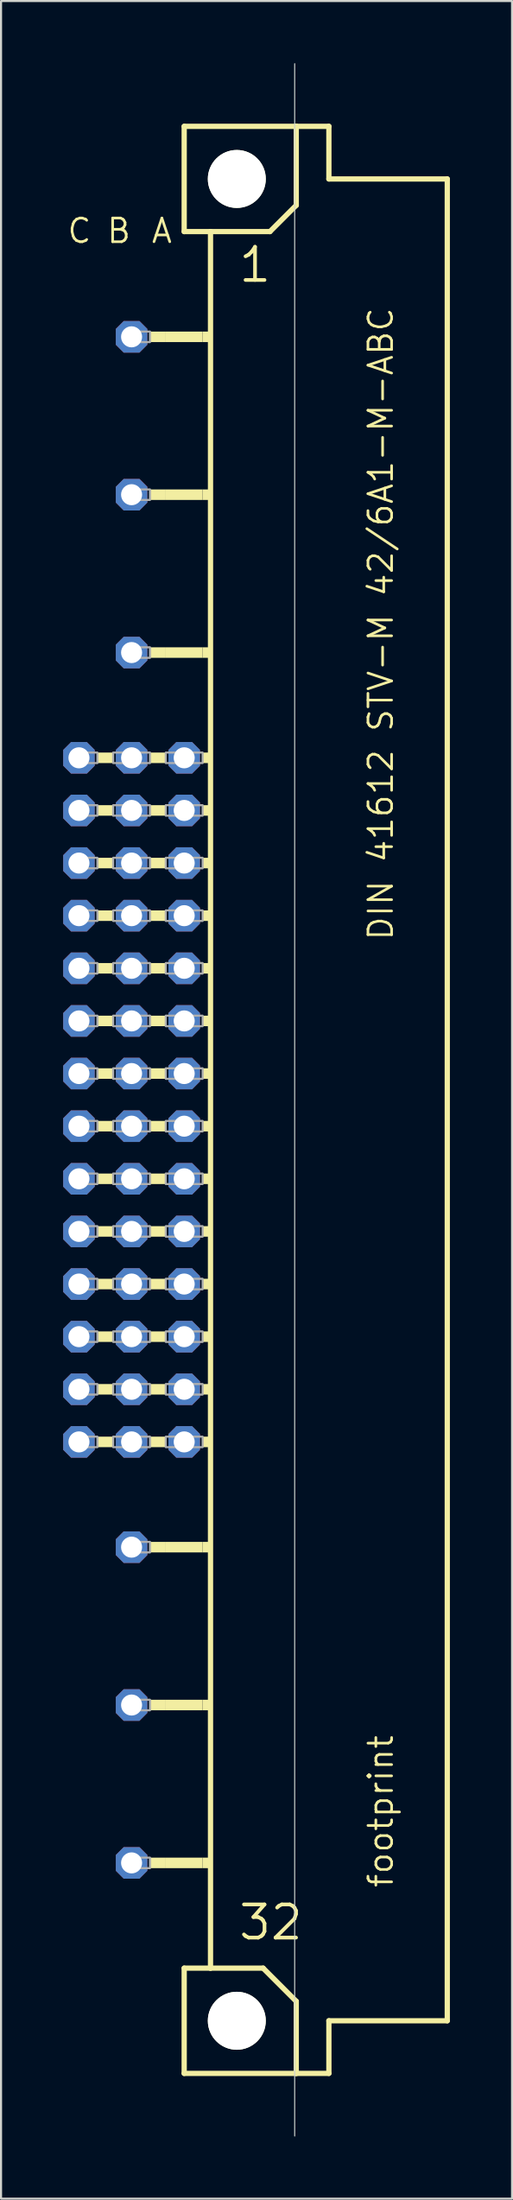
<source format=kicad_pcb>
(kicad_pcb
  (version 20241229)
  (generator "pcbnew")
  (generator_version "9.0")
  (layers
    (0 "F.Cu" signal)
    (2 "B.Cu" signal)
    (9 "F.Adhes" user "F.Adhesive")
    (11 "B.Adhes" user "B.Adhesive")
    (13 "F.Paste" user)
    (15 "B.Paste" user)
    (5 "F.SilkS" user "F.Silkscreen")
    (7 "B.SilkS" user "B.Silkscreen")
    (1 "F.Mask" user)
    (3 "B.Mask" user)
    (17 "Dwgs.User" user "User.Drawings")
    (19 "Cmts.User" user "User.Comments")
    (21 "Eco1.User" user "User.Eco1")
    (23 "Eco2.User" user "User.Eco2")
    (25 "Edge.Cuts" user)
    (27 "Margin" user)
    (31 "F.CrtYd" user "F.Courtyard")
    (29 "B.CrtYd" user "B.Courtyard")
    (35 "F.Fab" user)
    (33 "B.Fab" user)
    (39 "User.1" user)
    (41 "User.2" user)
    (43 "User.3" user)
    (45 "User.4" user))
  (footprint "footprint"
    (layer "F.Cu")
    (at 8.382 50.038)
    (property "Reference" "footprint" (at 7.62 38.1 90) (layer "F.SilkS") (effects (font (size 1.143 1.143) (thickness 0.127)) (justify left bottom)))
    (fp_line (start -2.54 -46.99) (end -2.54 -41.91) (stroke (width 0.254) (type solid)) (layer "F.SilkS"))
    (fp_line (start -2.54 -41.91) (end -1.27 -41.91) (stroke (width 0.254) (type solid)) (layer "F.SilkS"))
    (fp_line (start -2.54 41.91) (end -2.54 46.99) (stroke (width 0.254) (type solid)) (layer "F.SilkS"))
    (fp_line (start -2.54 41.91) (end -1.27 41.91) (stroke (width 0.254) (type solid)) (layer "F.SilkS"))
    (fp_line (start -2.54 46.99) (end 2.87 46.99) (stroke (width 0.254) (type solid)) (layer "F.SilkS"))
    (fp_line (start -1.27 -41.91) (end -1.27 41.91) (stroke (width 0.254) (type solid)) (layer "F.SilkS"))
    (fp_line (start -1.27 -41.91) (end 1.6 -41.91) (stroke (width 0.254) (type solid)) (layer "F.SilkS"))
    (fp_line (start -1.27 41.91) (end 1.27 41.91) (stroke (width 0.254) (type solid)) (layer "F.SilkS"))
    (fp_line (start 1.6 -41.91) (end 2.87 -43.18) (stroke (width 0.254) (type solid)) (layer "F.SilkS"))
    (fp_line (start 2.87 -46.99) (end -2.54 -46.99) (stroke (width 0.254) (type solid)) (layer "F.SilkS"))
    (fp_line (start 2.87 -43.18) (end 2.87 -46.99) (stroke (width 0.254) (type solid)) (layer "F.SilkS"))
    (fp_line (start 2.87 43.51) (end 1.27 41.91) (stroke (width 0.254) (type solid)) (layer "F.SilkS"))
    (fp_line (start 2.87 43.51) (end 2.87 46.99) (stroke (width 0.254) (type solid)) (layer "F.SilkS"))
    (fp_line (start 2.87 46.99) (end 4.445 46.99) (stroke (width 0.254) (type solid)) (layer "F.SilkS"))
    (fp_line (start 4.445 -46.99) (end 2.87 -46.99) (stroke (width 0.254) (type solid)) (layer "F.SilkS"))
    (fp_line (start 4.445 -44.45) (end 4.445 -46.99) (stroke (width 0.254) (type solid)) (layer "F.SilkS"))
    (fp_line (start 4.445 44.45) (end 10.16 44.45) (stroke (width 0.254) (type solid)) (layer "F.SilkS"))
    (fp_line (start 4.445 46.99) (end 4.445 44.45) (stroke (width 0.254) (type solid)) (layer "F.SilkS"))
    (fp_line (start 10.16 -44.45) (end 4.445 -44.45) (stroke (width 0.254) (type solid)) (layer "F.SilkS"))
    (fp_line (start 10.16 44.45) (end 10.16 -44.45) (stroke (width 0.254) (type solid)) (layer "F.SilkS"))
    (fp_circle (center 0 -44.45) (end 1.27 -44.45) (stroke (width 0.254) (type solid)) (fill no) (layer "F.SilkS"))
    (fp_circle (center 0 44.45) (end 1.27 44.45) (stroke (width 0.254) (type solid)) (fill no) (layer "F.SilkS"))
    (fp_poly (pts (xy -6.731 -16.256) (xy -5.969 -16.256) (xy -5.969 -16.764) (xy -6.731 -16.764)) (stroke (width 0) (type solid)) (fill yes) (layer "F.SilkS"))
    (fp_poly (pts (xy -6.731 -13.716) (xy -5.969 -13.716) (xy -5.969 -14.224) (xy -6.731 -14.224)) (stroke (width 0) (type solid)) (fill yes) (layer "F.SilkS"))
    (fp_poly (pts (xy -6.731 -11.176) (xy -5.969 -11.176) (xy -5.969 -11.684) (xy -6.731 -11.684)) (stroke (width 0) (type solid)) (fill yes) (layer "F.SilkS"))
    (fp_poly (pts (xy -6.731 -8.636) (xy -5.969 -8.636) (xy -5.969 -9.144) (xy -6.731 -9.144)) (stroke (width 0) (type solid)) (fill yes) (layer "F.SilkS"))
    (fp_poly (pts (xy -6.731 -6.096) (xy -5.969 -6.096) (xy -5.969 -6.604) (xy -6.731 -6.604)) (stroke (width 0) (type solid)) (fill yes) (layer "F.SilkS"))
    (fp_poly (pts (xy -6.731 -3.556) (xy -5.969 -3.556) (xy -5.969 -4.064) (xy -6.731 -4.064)) (stroke (width 0) (type solid)) (fill yes) (layer "F.SilkS"))
    (fp_poly (pts (xy -6.731 -1.016) (xy -5.969 -1.016) (xy -5.969 -1.524) (xy -6.731 -1.524)) (stroke (width 0) (type solid)) (fill yes) (layer "F.SilkS"))
    (fp_poly (pts (xy -6.731 1.524) (xy -5.969 1.524) (xy -5.969 1.016) (xy -6.731 1.016)) (stroke (width 0) (type solid)) (fill yes) (layer "F.SilkS"))
    (fp_poly (pts (xy -6.731 4.064) (xy -5.969 4.064) (xy -5.969 3.556) (xy -6.731 3.556)) (stroke (width 0) (type solid)) (fill yes) (layer "F.SilkS"))
    (fp_poly (pts (xy -6.731 6.604) (xy -5.969 6.604) (xy -5.969 6.096) (xy -6.731 6.096)) (stroke (width 0) (type solid)) (fill yes) (layer "F.SilkS"))
    (fp_poly (pts (xy -6.731 9.144) (xy -5.969 9.144) (xy -5.969 8.636) (xy -6.731 8.636)) (stroke (width 0) (type solid)) (fill yes) (layer "F.SilkS"))
    (fp_poly (pts (xy -6.731 11.684) (xy -5.969 11.684) (xy -5.969 11.176) (xy -6.731 11.176)) (stroke (width 0) (type solid)) (fill yes) (layer "F.SilkS"))
    (fp_poly (pts (xy -6.731 14.224) (xy -5.969 14.224) (xy -5.969 13.716) (xy -6.731 13.716)) (stroke (width 0) (type solid)) (fill yes) (layer "F.SilkS"))
    (fp_poly (pts (xy -6.731 16.764) (xy -5.969 16.764) (xy -5.969 16.256) (xy -6.731 16.256)) (stroke (width 0) (type solid)) (fill yes) (layer "F.SilkS"))
    (fp_poly (pts (xy -4.191 -36.576) (xy -3.429 -36.576) (xy -3.429 -37.084) (xy -4.191 -37.084)) (stroke (width 0) (type solid)) (fill yes) (layer "F.SilkS"))
    (fp_poly (pts (xy -4.191 -28.956) (xy -3.429 -28.956) (xy -3.429 -29.464) (xy -4.191 -29.464)) (stroke (width 0) (type solid)) (fill yes) (layer "F.SilkS"))
    (fp_poly (pts (xy -4.191 -21.336) (xy -3.429 -21.336) (xy -3.429 -21.844) (xy -4.191 -21.844)) (stroke (width 0) (type solid)) (fill yes) (layer "F.SilkS"))
    (fp_poly (pts (xy -4.191 -16.256) (xy -3.429 -16.256) (xy -3.429 -16.764) (xy -4.191 -16.764)) (stroke (width 0) (type solid)) (fill yes) (layer "F.SilkS"))
    (fp_poly (pts (xy -4.191 -13.716) (xy -3.429 -13.716) (xy -3.429 -14.224) (xy -4.191 -14.224)) (stroke (width 0) (type solid)) (fill yes) (layer "F.SilkS"))
    (fp_poly (pts (xy -4.191 -11.176) (xy -3.429 -11.176) (xy -3.429 -11.684) (xy -4.191 -11.684)) (stroke (width 0) (type solid)) (fill yes) (layer "F.SilkS"))
    (fp_poly (pts (xy -4.191 -8.636) (xy -3.429 -8.636) (xy -3.429 -9.144) (xy -4.191 -9.144)) (stroke (width 0) (type solid)) (fill yes) (layer "F.SilkS"))
    (fp_poly (pts (xy -4.191 -6.096) (xy -3.429 -6.096) (xy -3.429 -6.604) (xy -4.191 -6.604)) (stroke (width 0) (type solid)) (fill yes) (layer "F.SilkS"))
    (fp_poly (pts (xy -4.191 -3.556) (xy -3.429 -3.556) (xy -3.429 -4.064) (xy -4.191 -4.064)) (stroke (width 0) (type solid)) (fill yes) (layer "F.SilkS"))
    (fp_poly (pts (xy -4.191 -1.016) (xy -3.429 -1.016) (xy -3.429 -1.524) (xy -4.191 -1.524)) (stroke (width 0) (type solid)) (fill yes) (layer "F.SilkS"))
    (fp_poly (pts (xy -4.191 1.524) (xy -3.429 1.524) (xy -3.429 1.016) (xy -4.191 1.016)) (stroke (width 0) (type solid)) (fill yes) (layer "F.SilkS"))
    (fp_poly (pts (xy -4.191 4.064) (xy -3.429 4.064) (xy -3.429 3.556) (xy -4.191 3.556)) (stroke (width 0) (type solid)) (fill yes) (layer "F.SilkS"))
    (fp_poly (pts (xy -4.191 6.604) (xy -3.429 6.604) (xy -3.429 6.096) (xy -4.191 6.096)) (stroke (width 0) (type solid)) (fill yes) (layer "F.SilkS"))
    (fp_poly (pts (xy -4.191 9.144) (xy -3.429 9.144) (xy -3.429 8.636) (xy -4.191 8.636)) (stroke (width 0) (type solid)) (fill yes) (layer "F.SilkS"))
    (fp_poly (pts (xy -4.191 11.684) (xy -3.429 11.684) (xy -3.429 11.176) (xy -4.191 11.176)) (stroke (width 0) (type solid)) (fill yes) (layer "F.SilkS"))
    (fp_poly (pts (xy -4.191 14.224) (xy -3.429 14.224) (xy -3.429 13.716) (xy -4.191 13.716)) (stroke (width 0) (type solid)) (fill yes) (layer "F.SilkS"))
    (fp_poly (pts (xy -4.191 16.764) (xy -3.429 16.764) (xy -3.429 16.256) (xy -4.191 16.256)) (stroke (width 0) (type solid)) (fill yes) (layer "F.SilkS"))
    (fp_poly (pts (xy -4.191 21.844) (xy -3.429 21.844) (xy -3.429 21.336) (xy -4.191 21.336)) (stroke (width 0) (type solid)) (fill yes) (layer "F.SilkS"))
    (fp_poly (pts (xy -4.191 29.464) (xy -3.429 29.464) (xy -3.429 28.956) (xy -4.191 28.956)) (stroke (width 0) (type solid)) (fill yes) (layer "F.SilkS"))
    (fp_poly (pts (xy -4.191 37.084) (xy -3.429 37.084) (xy -3.429 36.576) (xy -4.191 36.576)) (stroke (width 0) (type solid)) (fill yes) (layer "F.SilkS"))
    (fp_poly (pts (xy -3.429 -36.576) (xy -1.651 -36.576) (xy -1.651 -37.084) (xy -3.429 -37.084)) (stroke (width 0) (type solid)) (fill yes) (layer "F.SilkS"))
    (fp_poly (pts (xy -3.429 -28.956) (xy -1.651 -28.956) (xy -1.651 -29.464) (xy -3.429 -29.464)) (stroke (width 0) (type solid)) (fill yes) (layer "F.SilkS"))
    (fp_poly (pts (xy -3.429 -21.336) (xy -1.651 -21.336) (xy -1.651 -21.844) (xy -3.429 -21.844)) (stroke (width 0) (type solid)) (fill yes) (layer "F.SilkS"))
    (fp_poly (pts (xy -3.429 21.844) (xy -1.651 21.844) (xy -1.651 21.336) (xy -3.429 21.336)) (stroke (width 0) (type solid)) (fill yes) (layer "F.SilkS"))
    (fp_poly (pts (xy -3.429 29.464) (xy -1.651 29.464) (xy -1.651 28.956) (xy -3.429 28.956)) (stroke (width 0) (type solid)) (fill yes) (layer "F.SilkS"))
    (fp_poly (pts (xy -3.429 37.084) (xy -1.651 37.084) (xy -1.651 36.576) (xy -3.429 36.576)) (stroke (width 0) (type solid)) (fill yes) (layer "F.SilkS"))
    (fp_poly (pts (xy -1.651 -36.576) (xy -1.27 -36.576) (xy -1.27 -37.084) (xy -1.651 -37.084)) (stroke (width 0) (type solid)) (fill yes) (layer "F.SilkS"))
    (fp_poly (pts (xy -1.651 -28.956) (xy -1.27 -28.956) (xy -1.27 -29.464) (xy -1.651 -29.464)) (stroke (width 0) (type solid)) (fill yes) (layer "F.SilkS"))
    (fp_poly (pts (xy -1.651 -21.336) (xy -1.27 -21.336) (xy -1.27 -21.844) (xy -1.651 -21.844)) (stroke (width 0) (type solid)) (fill yes) (layer "F.SilkS"))
    (fp_poly (pts (xy -1.651 -16.256) (xy -1.27 -16.256) (xy -1.27 -16.764) (xy -1.651 -16.764)) (stroke (width 0) (type solid)) (fill yes) (layer "F.SilkS"))
    (fp_poly (pts (xy -1.651 -13.716) (xy -1.27 -13.716) (xy -1.27 -14.224) (xy -1.651 -14.224)) (stroke (width 0) (type solid)) (fill yes) (layer "F.SilkS"))
    (fp_poly (pts (xy -1.651 -11.176) (xy -1.27 -11.176) (xy -1.27 -11.684) (xy -1.651 -11.684)) (stroke (width 0) (type solid)) (fill yes) (layer "F.SilkS"))
    (fp_poly (pts (xy -1.651 -8.636) (xy -1.27 -8.636) (xy -1.27 -9.144) (xy -1.651 -9.144)) (stroke (width 0) (type solid)) (fill yes) (layer "F.SilkS"))
    (fp_poly (pts (xy -1.651 -6.096) (xy -1.27 -6.096) (xy -1.27 -6.604) (xy -1.651 -6.604)) (stroke (width 0) (type solid)) (fill yes) (layer "F.SilkS"))
    (fp_poly (pts (xy -1.651 -3.556) (xy -1.27 -3.556) (xy -1.27 -4.064) (xy -1.651 -4.064)) (stroke (width 0) (type solid)) (fill yes) (layer "F.SilkS"))
    (fp_poly (pts (xy -1.651 -1.016) (xy -1.27 -1.016) (xy -1.27 -1.524) (xy -1.651 -1.524)) (stroke (width 0) (type solid)) (fill yes) (layer "F.SilkS"))
    (fp_poly (pts (xy -1.651 1.524) (xy -1.27 1.524) (xy -1.27 1.016) (xy -1.651 1.016)) (stroke (width 0) (type solid)) (fill yes) (layer "F.SilkS"))
    (fp_poly (pts (xy -1.651 4.064) (xy -1.27 4.064) (xy -1.27 3.556) (xy -1.651 3.556)) (stroke (width 0) (type solid)) (fill yes) (layer "F.SilkS"))
    (fp_poly (pts (xy -1.651 6.604) (xy -1.27 6.604) (xy -1.27 6.096) (xy -1.651 6.096)) (stroke (width 0) (type solid)) (fill yes) (layer "F.SilkS"))
    (fp_poly (pts (xy -1.651 9.144) (xy -1.27 9.144) (xy -1.27 8.636) (xy -1.651 8.636)) (stroke (width 0) (type solid)) (fill yes) (layer "F.SilkS"))
    (fp_poly (pts (xy -1.651 11.684) (xy -1.27 11.684) (xy -1.27 11.176) (xy -1.651 11.176)) (stroke (width 0) (type solid)) (fill yes) (layer "F.SilkS"))
    (fp_poly (pts (xy -1.651 14.224) (xy -1.27 14.224) (xy -1.27 13.716) (xy -1.651 13.716)) (stroke (width 0) (type solid)) (fill yes) (layer "F.SilkS"))
    (fp_poly (pts (xy -1.651 16.764) (xy -1.27 16.764) (xy -1.27 16.256) (xy -1.651 16.256)) (stroke (width 0) (type solid)) (fill yes) (layer "F.SilkS"))
    (fp_poly (pts (xy -1.651 21.844) (xy -1.27 21.844) (xy -1.27 21.336) (xy -1.651 21.336)) (stroke (width 0) (type solid)) (fill yes) (layer "F.SilkS"))
    (fp_poly (pts (xy -1.651 29.464) (xy -1.27 29.464) (xy -1.27 28.956) (xy -1.651 28.956)) (stroke (width 0) (type solid)) (fill yes) (layer "F.SilkS"))
    (fp_poly (pts (xy -1.651 37.084) (xy -1.27 37.084) (xy -1.27 36.576) (xy -1.651 36.576)) (stroke (width 0) (type solid)) (fill yes) (layer "F.SilkS"))
    (fp_line (start 2.794 50.013) (end 2.794 -50.013) (stroke (width 0.05) (type solid)) (layer "Edge.Cuts"))
    (fp_poly (pts (xy -7.874 -16.256) (xy -6.731 -16.256) (xy -6.731 -16.764) (xy -7.874 -16.764)) (stroke (width 0.1) (type solid)) (fill no) (layer "F.Fab"))
    (fp_poly (pts (xy -7.874 -13.716) (xy -6.731 -13.716) (xy -6.731 -14.224) (xy -7.874 -14.224)) (stroke (width 0.1) (type solid)) (fill no) (layer "F.Fab"))
    (fp_poly (pts (xy -7.874 -11.176) (xy -6.731 -11.176) (xy -6.731 -11.684) (xy -7.874 -11.684)) (stroke (width 0.1) (type solid)) (fill no) (layer "F.Fab"))
    (fp_poly (pts (xy -7.874 -8.636) (xy -6.731 -8.636) (xy -6.731 -9.144) (xy -7.874 -9.144)) (stroke (width 0.1) (type solid)) (fill no) (layer "F.Fab"))
    (fp_poly (pts (xy -7.874 -6.096) (xy -6.731 -6.096) (xy -6.731 -6.604) (xy -7.874 -6.604)) (stroke (width 0.1) (type solid)) (fill no) (layer "F.Fab"))
    (fp_poly (pts (xy -7.874 -3.556) (xy -6.731 -3.556) (xy -6.731 -4.064) (xy -7.874 -4.064)) (stroke (width 0.1) (type solid)) (fill no) (layer "F.Fab"))
    (fp_poly (pts (xy -7.874 -1.016) (xy -6.731 -1.016) (xy -6.731 -1.524) (xy -7.874 -1.524)) (stroke (width 0.1) (type solid)) (fill no) (layer "F.Fab"))
    (fp_poly (pts (xy -7.874 1.524) (xy -6.731 1.524) (xy -6.731 1.016) (xy -7.874 1.016)) (stroke (width 0.1) (type solid)) (fill no) (layer "F.Fab"))
    (fp_poly (pts (xy -7.874 4.064) (xy -6.731 4.064) (xy -6.731 3.556) (xy -7.874 3.556)) (stroke (width 0.1) (type solid)) (fill no) (layer "F.Fab"))
    (fp_poly (pts (xy -7.874 6.604) (xy -6.731 6.604) (xy -6.731 6.096) (xy -7.874 6.096)) (stroke (width 0.1) (type solid)) (fill no) (layer "F.Fab"))
    (fp_poly (pts (xy -7.874 9.144) (xy -6.731 9.144) (xy -6.731 8.636) (xy -7.874 8.636)) (stroke (width 0.1) (type solid)) (fill no) (layer "F.Fab"))
    (fp_poly (pts (xy -7.874 11.684) (xy -6.731 11.684) (xy -6.731 11.176) (xy -7.874 11.176)) (stroke (width 0.1) (type solid)) (fill no) (layer "F.Fab"))
    (fp_poly (pts (xy -7.874 14.224) (xy -6.731 14.224) (xy -6.731 13.716) (xy -7.874 13.716)) (stroke (width 0.1) (type solid)) (fill no) (layer "F.Fab"))
    (fp_poly (pts (xy -7.874 16.764) (xy -6.731 16.764) (xy -6.731 16.256) (xy -7.874 16.256)) (stroke (width 0.1) (type solid)) (fill no) (layer "F.Fab"))
    (fp_poly (pts (xy -5.969 -16.256) (xy -4.191 -16.256) (xy -4.191 -16.764) (xy -5.969 -16.764)) (stroke (width 0.1) (type solid)) (fill no) (layer "F.Fab"))
    (fp_poly (pts (xy -5.969 -13.716) (xy -4.191 -13.716) (xy -4.191 -14.224) (xy -5.969 -14.224)) (stroke (width 0.1) (type solid)) (fill no) (layer "F.Fab"))
    (fp_poly (pts (xy -5.969 -11.176) (xy -4.191 -11.176) (xy -4.191 -11.684) (xy -5.969 -11.684)) (stroke (width 0.1) (type solid)) (fill no) (layer "F.Fab"))
    (fp_poly (pts (xy -5.969 -8.636) (xy -4.191 -8.636) (xy -4.191 -9.144) (xy -5.969 -9.144)) (stroke (width 0.1) (type solid)) (fill no) (layer "F.Fab"))
    (fp_poly (pts (xy -5.969 -6.096) (xy -4.191 -6.096) (xy -4.191 -6.604) (xy -5.969 -6.604)) (stroke (width 0.1) (type solid)) (fill no) (layer "F.Fab"))
    (fp_poly (pts (xy -5.969 -3.556) (xy -4.191 -3.556) (xy -4.191 -4.064) (xy -5.969 -4.064)) (stroke (width 0.1) (type solid)) (fill no) (layer "F.Fab"))
    (fp_poly (pts (xy -5.969 -1.016) (xy -4.191 -1.016) (xy -4.191 -1.524) (xy -5.969 -1.524)) (stroke (width 0.1) (type solid)) (fill no) (layer "F.Fab"))
    (fp_poly (pts (xy -5.969 1.524) (xy -4.191 1.524) (xy -4.191 1.016) (xy -5.969 1.016)) (stroke (width 0.1) (type solid)) (fill no) (layer "F.Fab"))
    (fp_poly (pts (xy -5.969 4.064) (xy -4.191 4.064) (xy -4.191 3.556) (xy -5.969 3.556)) (stroke (width 0.1) (type solid)) (fill no) (layer "F.Fab"))
    (fp_poly (pts (xy -5.969 6.604) (xy -4.191 6.604) (xy -4.191 6.096) (xy -5.969 6.096)) (stroke (width 0.1) (type solid)) (fill no) (layer "F.Fab"))
    (fp_poly (pts (xy -5.969 9.144) (xy -4.191 9.144) (xy -4.191 8.636) (xy -5.969 8.636)) (stroke (width 0.1) (type solid)) (fill no) (layer "F.Fab"))
    (fp_poly (pts (xy -5.969 11.684) (xy -4.191 11.684) (xy -4.191 11.176) (xy -5.969 11.176)) (stroke (width 0.1) (type solid)) (fill no) (layer "F.Fab"))
    (fp_poly (pts (xy -5.969 14.224) (xy -4.191 14.224) (xy -4.191 13.716) (xy -5.969 13.716)) (stroke (width 0.1) (type solid)) (fill no) (layer "F.Fab"))
    (fp_poly (pts (xy -5.969 16.764) (xy -4.191 16.764) (xy -4.191 16.256) (xy -5.969 16.256)) (stroke (width 0.1) (type solid)) (fill no) (layer "F.Fab"))
    (fp_poly (pts (xy -5.334 -36.576) (xy -4.191 -36.576) (xy -4.191 -37.084) (xy -5.334 -37.084)) (stroke (width 0.1) (type solid)) (fill no) (layer "F.Fab"))
    (fp_poly (pts (xy -5.334 -28.956) (xy -4.191 -28.956) (xy -4.191 -29.464) (xy -5.334 -29.464)) (stroke (width 0.1) (type solid)) (fill no) (layer "F.Fab"))
    (fp_poly (pts (xy -5.334 -21.336) (xy -4.191 -21.336) (xy -4.191 -21.844) (xy -5.334 -21.844)) (stroke (width 0.1) (type solid)) (fill no) (layer "F.Fab"))
    (fp_poly (pts (xy -5.334 21.844) (xy -4.191 21.844) (xy -4.191 21.336) (xy -5.334 21.336)) (stroke (width 0.1) (type solid)) (fill no) (layer "F.Fab"))
    (fp_poly (pts (xy -5.334 29.464) (xy -4.191 29.464) (xy -4.191 28.956) (xy -5.334 28.956)) (stroke (width 0.1) (type solid)) (fill no) (layer "F.Fab"))
    (fp_poly (pts (xy -5.334 37.084) (xy -4.191 37.084) (xy -4.191 36.576) (xy -5.334 36.576)) (stroke (width 0.1) (type solid)) (fill no) (layer "F.Fab"))
    (fp_poly (pts (xy -3.429 -16.256) (xy -1.651 -16.256) (xy -1.651 -16.764) (xy -3.429 -16.764)) (stroke (width 0.1) (type solid)) (fill no) (layer "F.Fab"))
    (fp_poly (pts (xy -3.429 -13.716) (xy -1.651 -13.716) (xy -1.651 -14.224) (xy -3.429 -14.224)) (stroke (width 0.1) (type solid)) (fill no) (layer "F.Fab"))
    (fp_poly (pts (xy -3.429 -11.176) (xy -1.651 -11.176) (xy -1.651 -11.684) (xy -3.429 -11.684)) (stroke (width 0.1) (type solid)) (fill no) (layer "F.Fab"))
    (fp_poly (pts (xy -3.429 -8.636) (xy -1.651 -8.636) (xy -1.651 -9.144) (xy -3.429 -9.144)) (stroke (width 0.1) (type solid)) (fill no) (layer "F.Fab"))
    (fp_poly (pts (xy -3.429 -6.096) (xy -1.651 -6.096) (xy -1.651 -6.604) (xy -3.429 -6.604)) (stroke (width 0.1) (type solid)) (fill no) (layer "F.Fab"))
    (fp_poly (pts (xy -3.429 -3.556) (xy -1.651 -3.556) (xy -1.651 -4.064) (xy -3.429 -4.064)) (stroke (width 0.1) (type solid)) (fill no) (layer "F.Fab"))
    (fp_poly (pts (xy -3.429 -1.016) (xy -1.651 -1.016) (xy -1.651 -1.524) (xy -3.429 -1.524)) (stroke (width 0.1) (type solid)) (fill no) (layer "F.Fab"))
    (fp_poly (pts (xy -3.429 1.524) (xy -1.651 1.524) (xy -1.651 1.016) (xy -3.429 1.016)) (stroke (width 0.1) (type solid)) (fill no) (layer "F.Fab"))
    (fp_poly (pts (xy -3.429 4.064) (xy -1.651 4.064) (xy -1.651 3.556) (xy -3.429 3.556)) (stroke (width 0.1) (type solid)) (fill no) (layer "F.Fab"))
    (fp_poly (pts (xy -3.429 6.604) (xy -1.651 6.604) (xy -1.651 6.096) (xy -3.429 6.096)) (stroke (width 0.1) (type solid)) (fill no) (layer "F.Fab"))
    (fp_poly (pts (xy -3.429 9.144) (xy -1.651 9.144) (xy -1.651 8.636) (xy -3.429 8.636)) (stroke (width 0.1) (type solid)) (fill no) (layer "F.Fab"))
    (fp_poly (pts (xy -3.429 11.684) (xy -1.651 11.684) (xy -1.651 11.176) (xy -3.429 11.176)) (stroke (width 0.1) (type solid)) (fill no) (layer "F.Fab"))
    (fp_poly (pts (xy -3.429 14.224) (xy -1.651 14.224) (xy -1.651 13.716) (xy -3.429 13.716)) (stroke (width 0.1) (type solid)) (fill no) (layer "F.Fab"))
    (fp_poly (pts (xy -3.429 16.764) (xy -1.651 16.764) (xy -1.651 16.256) (xy -3.429 16.256)) (stroke (width 0.1) (type solid)) (fill no) (layer "F.Fab"))
    (fp_text user "A" (at -4.191 -41.275 0) (layer "F.SilkS") (effects (font (size 1.143 1.143) (thickness 0.127)) (justify left bottom)))
    (fp_text user "C" (at -8.255 -41.275 0) (layer "F.SilkS") (effects (font (size 1.143 1.143) (thickness 0.127)) (justify left bottom)))
    (fp_text user "DIN 41612 STV-M 42/6A1-M-ABC" (at 7.62 -7.62 90) (layer "F.SilkS") (effects (font (size 1.143 1.143) (thickness 0.127)) (justify left bottom)))
    (fp_text user "B" (at -6.35 -41.275 0) (layer "F.SilkS") (effects (font (size 1.143 1.143) (thickness 0.127)) (justify left bottom)))
    (fp_text user "1" (at 0 -39.37 0) (layer "F.SilkS") (effects (font (size 1.6 1.6) (thickness 0.178)) (justify left bottom)))
    (fp_text user "32" (at 0 40.64 0) (layer "F.SilkS") (effects (font (size 1.6 1.6) (thickness 0.178)) (justify left bottom)))
    (pad "" np_thru_hole circle (at 0 -44.45) (size 2.8 2.8) (drill 2.8) (layers "*.Cu" "*.Mask"))
    (pad "" np_thru_hole circle (at 0 44.45) (size 2.8 2.8) (drill 2.8) (layers "*.Cu" "*.Mask"))
    (pad "A10" thru_hole roundrect (at -2.54 -16.51) (size 1.524 1.524) (drill 1.016) (layers "*.Cu" "*.Mask") (roundrect_rratio 0.25) (chamfer_ratio 0.25) (chamfer top_left top_right bottom_left bottom_right))
    (pad "A11" thru_hole roundrect (at -2.54 -13.97) (size 1.524 1.524) (drill 1.016) (layers "*.Cu" "*.Mask") (roundrect_rratio 0.25) (chamfer_ratio 0.25) (chamfer top_left top_right bottom_left bottom_right))
    (pad "A12" thru_hole roundrect (at -2.54 -11.43) (size 1.524 1.524) (drill 1.016) (layers "*.Cu" "*.Mask") (roundrect_rratio 0.25) (chamfer_ratio 0.25) (chamfer top_left top_right bottom_left bottom_right))
    (pad "A13" thru_hole roundrect (at -2.54 -8.89) (size 1.524 1.524) (drill 1.016) (layers "*.Cu" "*.Mask") (roundrect_rratio 0.25) (chamfer_ratio 0.25) (chamfer top_left top_right bottom_left bottom_right))
    (pad "A14" thru_hole roundrect (at -2.54 -6.35) (size 1.524 1.524) (drill 1.016) (layers "*.Cu" "*.Mask") (roundrect_rratio 0.25) (chamfer_ratio 0.25) (chamfer top_left top_right bottom_left bottom_right))
    (pad "A15" thru_hole roundrect (at -2.54 -3.81) (size 1.524 1.524) (drill 1.016) (layers "*.Cu" "*.Mask") (roundrect_rratio 0.25) (chamfer_ratio 0.25) (chamfer top_left top_right bottom_left bottom_right))
    (pad "A16" thru_hole roundrect (at -2.54 -1.27) (size 1.524 1.524) (drill 1.016) (layers "*.Cu" "*.Mask") (roundrect_rratio 0.25) (chamfer_ratio 0.25) (chamfer top_left top_right bottom_left bottom_right))
    (pad "A17" thru_hole roundrect (at -2.54 1.27) (size 1.524 1.524) (drill 1.016) (layers "*.Cu" "*.Mask") (roundrect_rratio 0.25) (chamfer_ratio 0.25) (chamfer top_left top_right bottom_left bottom_right))
    (pad "A18" thru_hole roundrect (at -2.54 3.81) (size 1.524 1.524) (drill 1.016) (layers "*.Cu" "*.Mask") (roundrect_rratio 0.25) (chamfer_ratio 0.25) (chamfer top_left top_right bottom_left bottom_right))
    (pad "A19" thru_hole roundrect (at -2.54 6.35) (size 1.524 1.524) (drill 1.016) (layers "*.Cu" "*.Mask") (roundrect_rratio 0.25) (chamfer_ratio 0.25) (chamfer top_left top_right bottom_left bottom_right))
    (pad "A20" thru_hole roundrect (at -2.54 8.89) (size 1.524 1.524) (drill 1.016) (layers "*.Cu" "*.Mask") (roundrect_rratio 0.25) (chamfer_ratio 0.25) (chamfer top_left top_right bottom_left bottom_right))
    (pad "A21" thru_hole roundrect (at -2.54 11.43) (size 1.524 1.524) (drill 1.016) (layers "*.Cu" "*.Mask") (roundrect_rratio 0.25) (chamfer_ratio 0.25) (chamfer top_left top_right bottom_left bottom_right))
    (pad "A22" thru_hole roundrect (at -2.54 13.97) (size 1.524 1.524) (drill 1.016) (layers "*.Cu" "*.Mask") (roundrect_rratio 0.25) (chamfer_ratio 0.25) (chamfer top_left top_right bottom_left bottom_right))
    (pad "A23" thru_hole roundrect (at -2.54 16.51) (size 1.524 1.524) (drill 1.016) (layers "*.Cu" "*.Mask") (roundrect_rratio 0.25) (chamfer_ratio 0.25) (chamfer top_left top_right bottom_left bottom_right))
    (pad "B2" thru_hole roundrect (at -5.08 -36.83) (size 1.524 1.524) (drill 1.016) (layers "*.Cu" "*.Mask") (roundrect_rratio 0.25) (chamfer_ratio 0.25) (chamfer top_left top_right bottom_left bottom_right))
    (pad "B5" thru_hole roundrect (at -5.08 -29.21) (size 1.524 1.524) (drill 1.016) (layers "*.Cu" "*.Mask") (roundrect_rratio 0.25) (chamfer_ratio 0.25) (chamfer top_left top_right bottom_left bottom_right))
    (pad "B8" thru_hole roundrect (at -5.08 -21.59) (size 1.524 1.524) (drill 1.016) (layers "*.Cu" "*.Mask") (roundrect_rratio 0.25) (chamfer_ratio 0.25) (chamfer top_left top_right bottom_left bottom_right))
    (pad "B10" thru_hole roundrect (at -5.08 -16.51) (size 1.524 1.524) (drill 1.016) (layers "*.Cu" "*.Mask") (roundrect_rratio 0.25) (chamfer_ratio 0.25) (chamfer top_left top_right bottom_left bottom_right))
    (pad "B11" thru_hole roundrect (at -5.08 -13.97) (size 1.524 1.524) (drill 1.016) (layers "*.Cu" "*.Mask") (roundrect_rratio 0.25) (chamfer_ratio 0.25) (chamfer top_left top_right bottom_left bottom_right))
    (pad "B12" thru_hole roundrect (at -5.08 -11.43) (size 1.524 1.524) (drill 1.016) (layers "*.Cu" "*.Mask") (roundrect_rratio 0.25) (chamfer_ratio 0.25) (chamfer top_left top_right bottom_left bottom_right))
    (pad "B13" thru_hole roundrect (at -5.08 -8.89) (size 1.524 1.524) (drill 1.016) (layers "*.Cu" "*.Mask") (roundrect_rratio 0.25) (chamfer_ratio 0.25) (chamfer top_left top_right bottom_left bottom_right))
    (pad "B14" thru_hole roundrect (at -5.08 -6.35) (size 1.524 1.524) (drill 1.016) (layers "*.Cu" "*.Mask") (roundrect_rratio 0.25) (chamfer_ratio 0.25) (chamfer top_left top_right bottom_left bottom_right))
    (pad "B15" thru_hole roundrect (at -5.08 -3.81) (size 1.524 1.524) (drill 1.016) (layers "*.Cu" "*.Mask") (roundrect_rratio 0.25) (chamfer_ratio 0.25) (chamfer top_left top_right bottom_left bottom_right))
    (pad "B16" thru_hole roundrect (at -5.08 -1.27) (size 1.524 1.524) (drill 1.016) (layers "*.Cu" "*.Mask") (roundrect_rratio 0.25) (chamfer_ratio 0.25) (chamfer top_left top_right bottom_left bottom_right))
    (pad "B17" thru_hole roundrect (at -5.08 1.27) (size 1.524 1.524) (drill 1.016) (layers "*.Cu" "*.Mask") (roundrect_rratio 0.25) (chamfer_ratio 0.25) (chamfer top_left top_right bottom_left bottom_right))
    (pad "B18" thru_hole roundrect (at -5.08 3.81) (size 1.524 1.524) (drill 1.016) (layers "*.Cu" "*.Mask") (roundrect_rratio 0.25) (chamfer_ratio 0.25) (chamfer top_left top_right bottom_left bottom_right))
    (pad "B19" thru_hole roundrect (at -5.08 6.35) (size 1.524 1.524) (drill 1.016) (layers "*.Cu" "*.Mask") (roundrect_rratio 0.25) (chamfer_ratio 0.25) (chamfer top_left top_right bottom_left bottom_right))
    (pad "B20" thru_hole roundrect (at -5.08 8.89) (size 1.524 1.524) (drill 1.016) (layers "*.Cu" "*.Mask") (roundrect_rratio 0.25) (chamfer_ratio 0.25) (chamfer top_left top_right bottom_left bottom_right))
    (pad "B21" thru_hole roundrect (at -5.08 11.43) (size 1.524 1.524) (drill 1.016) (layers "*.Cu" "*.Mask") (roundrect_rratio 0.25) (chamfer_ratio 0.25) (chamfer top_left top_right bottom_left bottom_right))
    (pad "B22" thru_hole roundrect (at -5.08 13.97) (size 1.524 1.524) (drill 1.016) (layers "*.Cu" "*.Mask") (roundrect_rratio 0.25) (chamfer_ratio 0.25) (chamfer top_left top_right bottom_left bottom_right))
    (pad "B23" thru_hole roundrect (at -5.08 16.51) (size 1.524 1.524) (drill 1.016) (layers "*.Cu" "*.Mask") (roundrect_rratio 0.25) (chamfer_ratio 0.25) (chamfer top_left top_right bottom_left bottom_right))
    (pad "B25" thru_hole roundrect (at -5.08 21.59) (size 1.524 1.524) (drill 1.016) (layers "*.Cu" "*.Mask") (roundrect_rratio 0.25) (chamfer_ratio 0.25) (chamfer top_left top_right bottom_left bottom_right))
    (pad "B28" thru_hole roundrect (at -5.08 29.21) (size 1.524 1.524) (drill 1.016) (layers "*.Cu" "*.Mask") (roundrect_rratio 0.25) (chamfer_ratio 0.25) (chamfer top_left top_right bottom_left bottom_right))
    (pad "B31" thru_hole roundrect (at -5.08 36.83) (size 1.524 1.524) (drill 1.016) (layers "*.Cu" "*.Mask") (roundrect_rratio 0.25) (chamfer_ratio 0.25) (chamfer top_left top_right bottom_left bottom_right))
    (pad "C10" thru_hole roundrect (at -7.62 -16.51) (size 1.524 1.524) (drill 1.016) (layers "*.Cu" "*.Mask") (roundrect_rratio 0.25) (chamfer_ratio 0.25) (chamfer top_left top_right bottom_left bottom_right))
    (pad "C11" thru_hole roundrect (at -7.62 -13.97) (size 1.524 1.524) (drill 1.016) (layers "*.Cu" "*.Mask") (roundrect_rratio 0.25) (chamfer_ratio 0.25) (chamfer top_left top_right bottom_left bottom_right))
    (pad "C12" thru_hole roundrect (at -7.62 -11.43) (size 1.524 1.524) (drill 1.016) (layers "*.Cu" "*.Mask") (roundrect_rratio 0.25) (chamfer_ratio 0.25) (chamfer top_left top_right bottom_left bottom_right))
    (pad "C13" thru_hole roundrect (at -7.62 -8.89) (size 1.524 1.524) (drill 1.016) (layers "*.Cu" "*.Mask") (roundrect_rratio 0.25) (chamfer_ratio 0.25) (chamfer top_left top_right bottom_left bottom_right))
    (pad "C14" thru_hole roundrect (at -7.62 -6.35) (size 1.524 1.524) (drill 1.016) (layers "*.Cu" "*.Mask") (roundrect_rratio 0.25) (chamfer_ratio 0.25) (chamfer top_left top_right bottom_left bottom_right))
    (pad "C15" thru_hole roundrect (at -7.62 -3.81) (size 1.524 1.524) (drill 1.016) (layers "*.Cu" "*.Mask") (roundrect_rratio 0.25) (chamfer_ratio 0.25) (chamfer top_left top_right bottom_left bottom_right))
    (pad "C16" thru_hole roundrect (at -7.62 -1.27) (size 1.524 1.524) (drill 1.016) (layers "*.Cu" "*.Mask") (roundrect_rratio 0.25) (chamfer_ratio 0.25) (chamfer top_left top_right bottom_left bottom_right))
    (pad "C17" thru_hole roundrect (at -7.62 1.27) (size 1.524 1.524) (drill 1.016) (layers "*.Cu" "*.Mask") (roundrect_rratio 0.25) (chamfer_ratio 0.25) (chamfer top_left top_right bottom_left bottom_right))
    (pad "C18" thru_hole roundrect (at -7.62 3.81) (size 1.524 1.524) (drill 1.016) (layers "*.Cu" "*.Mask") (roundrect_rratio 0.25) (chamfer_ratio 0.25) (chamfer top_left top_right bottom_left bottom_right))
    (pad "C19" thru_hole roundrect (at -7.62 6.35) (size 1.524 1.524) (drill 1.016) (layers "*.Cu" "*.Mask") (roundrect_rratio 0.25) (chamfer_ratio 0.25) (chamfer top_left top_right bottom_left bottom_right))
    (pad "C20" thru_hole roundrect (at -7.62 8.89) (size 1.524 1.524) (drill 1.016) (layers "*.Cu" "*.Mask") (roundrect_rratio 0.25) (chamfer_ratio 0.25) (chamfer top_left top_right bottom_left bottom_right))
    (pad "C21" thru_hole roundrect (at -7.62 11.43) (size 1.524 1.524) (drill 1.016) (layers "*.Cu" "*.Mask") (roundrect_rratio 0.25) (chamfer_ratio 0.25) (chamfer top_left top_right bottom_left bottom_right))
    (pad "C22" thru_hole roundrect (at -7.62 13.97) (size 1.524 1.524) (drill 1.016) (layers "*.Cu" "*.Mask") (roundrect_rratio 0.25) (chamfer_ratio 0.25) (chamfer top_left top_right bottom_left bottom_right))
    (pad "C23" thru_hole roundrect (at -7.62 16.51) (size 1.524 1.524) (drill 1.016) (layers "*.Cu" "*.Mask") (roundrect_rratio 0.25) (chamfer_ratio 0.25) (chamfer top_left top_right bottom_left bottom_right))
    (zone (net_name "") (layers "F.Cu" "B.Cu") (hatch edge 0.508) (connect_pads) (min_thickness 0.254) (filled_areas_thickness no) (keepout (tracks allowed) (vias not_allowed) (pads allowed) (copperpour allowed) (footprints allowed)) (placement (enabled no)) (fill) (polygon (pts (xy 11.557 5.588) (xy 11.509 5.036) (xy 11.366 4.502) (xy 11.132 4) (xy 10.814 3.547) (xy 10.423 3.155) (xy 9.97 2.838) (xy 9.468 2.604) (xy 8.933 2.461) (xy 8.382 2.413) (xy 7.831 2.461) (xy 7.296 2.604) (xy 6.795 2.838) (xy 6.341 3.155) (xy 5.95 3.547) (xy 5.632 4) (xy 5.398 4.502) (xy 5.255 5.036) (xy 5.207 5.588) (xy 5.255 6.139) (xy 5.398 6.674) (xy 5.632 7.175) (xy 5.95 7.628) (xy 6.341 8.02) (xy 6.795 8.337) (xy 7.296 8.571) (xy 7.831 8.714) (xy 8.382 8.763) (xy 8.933 8.714) (xy 9.468 8.571) (xy 9.97 8.337) (xy 10.423 8.02) (xy 10.814 7.628) (xy 11.132 7.175) (xy 11.366 6.674) (xy 11.509 6.139))) (polygon (pts (xy 9.779 5.588) (xy 9.758 5.345) (xy 9.695 5.11) (xy 9.592 4.889) (xy 9.452 4.69) (xy 9.28 4.517) (xy 9.081 4.378) (xy 8.86 4.275) (xy 8.625 4.212) (xy 8.382 4.191) (xy 8.139 4.212) (xy 7.904 4.275) (xy 7.684 4.378) (xy 7.484 4.517) (xy 7.312 4.69) (xy 7.172 4.889) (xy 7.069 5.11) (xy 7.006 5.345) (xy 6.985 5.588) (xy 7.006 5.83) (xy 7.069 6.065) (xy 7.172 6.286) (xy 7.312 6.486) (xy 7.484 6.658) (xy 7.684 6.797) (xy 7.904 6.9) (xy 8.139 6.963) (xy 8.382 6.985) (xy 8.625 6.963) (xy 8.86 6.9) (xy 9.081 6.797) (xy 9.28 6.658) (xy 9.452 6.486) (xy 9.592 6.286) (xy 9.695 6.065) (xy 9.758 5.83))))
    (zone (net_name "") (layers "F.Cu" "B.Cu") (hatch edge 0.508) (connect_pads) (min_thickness 0.254) (filled_areas_thickness no) (keepout (tracks allowed) (vias not_allowed) (pads allowed) (copperpour allowed) (footprints allowed)) (placement (enabled no)) (fill) (polygon (pts (xy 11.557 94.488) (xy 11.509 93.936) (xy 11.366 93.402) (xy 11.132 92.9) (xy 10.814 92.447) (xy 10.423 92.055) (xy 9.97 91.738) (xy 9.468 91.504) (xy 8.933 91.361) (xy 8.382 91.313) (xy 7.831 91.361) (xy 7.296 91.504) (xy 6.795 91.738) (xy 6.341 92.055) (xy 5.95 92.447) (xy 5.632 92.9) (xy 5.398 93.402) (xy 5.255 93.936) (xy 5.207 94.488) (xy 5.255 95.039) (xy 5.398 95.574) (xy 5.632 96.075) (xy 5.95 96.528) (xy 6.341 96.92) (xy 6.795 97.237) (xy 7.296 97.471) (xy 7.831 97.614) (xy 8.382 97.663) (xy 8.933 97.614) (xy 9.468 97.471) (xy 9.97 97.237) (xy 10.423 96.92) (xy 10.814 96.528) (xy 11.132 96.075) (xy 11.366 95.574) (xy 11.509 95.039))) (polygon (pts (xy 9.779 94.488) (xy 9.758 94.245) (xy 9.695 94.01) (xy 9.592 93.789) (xy 9.452 93.59) (xy 9.28 93.417) (xy 9.081 93.278) (xy 8.86 93.175) (xy 8.625 93.112) (xy 8.382 93.091) (xy 8.139 93.112) (xy 7.904 93.175) (xy 7.684 93.278) (xy 7.484 93.417) (xy 7.312 93.59) (xy 7.172 93.789) (xy 7.069 94.01) (xy 7.006 94.245) (xy 6.985 94.488) (xy 7.006 94.73) (xy 7.069 94.965) (xy 7.172 95.186) (xy 7.312 95.386) (xy 7.484 95.558) (xy 7.684 95.697) (xy 7.904 95.8) (xy 8.139 95.863) (xy 8.382 95.885) (xy 8.625 95.863) (xy 8.86 95.8) (xy 9.081 95.697) (xy 9.28 95.558) (xy 9.452 95.386) (xy 9.592 95.186) (xy 9.695 94.965) (xy 9.758 94.73))))
    (zone (net_name "") (layer "B.Cu") (hatch edge 0.508) (connect_pads) (min_thickness 0.254) (filled_areas_thickness no) (keepout (tracks not_allowed) (vias not_allowed) (pads not_allowed) (copperpour not_allowed) (footprints allowed)) (placement (enabled no)) (fill) (polygon (pts (xy 11.557 5.588) (xy 11.509 5.036) (xy 11.366 4.502) (xy 11.132 4) (xy 10.814 3.547) (xy 10.423 3.155) (xy 9.97 2.838) (xy 9.468 2.604) (xy 8.933 2.461) (xy 8.382 2.413) (xy 7.831 2.461) (xy 7.296 2.604) (xy 6.795 2.838) (xy 6.341 3.155) (xy 5.95 3.547) (xy 5.632 4) (xy 5.398 4.502) (xy 5.255 5.036) (xy 5.207 5.588) (xy 5.255 6.139) (xy 5.398 6.674) (xy 5.632 7.175) (xy 5.95 7.628) (xy 6.341 8.02) (xy 6.795 8.337) (xy 7.296 8.571) (xy 7.831 8.714) (xy 8.382 8.763) (xy 8.933 8.714) (xy 9.468 8.571) (xy 9.97 8.337) (xy 10.423 8.02) (xy 10.814 7.628) (xy 11.132 7.175) (xy 11.366 6.674) (xy 11.509 6.139))) (polygon (pts (xy 9.779 5.588) (xy 9.758 5.345) (xy 9.695 5.11) (xy 9.592 4.889) (xy 9.452 4.69) (xy 9.28 4.517) (xy 9.081 4.378) (xy 8.86 4.275) (xy 8.625 4.212) (xy 8.382 4.191) (xy 8.139 4.212) (xy 7.904 4.275) (xy 7.684 4.378) (xy 7.484 4.517) (xy 7.312 4.69) (xy 7.172 4.889) (xy 7.069 5.11) (xy 7.006 5.345) (xy 6.985 5.588) (xy 7.006 5.83) (xy 7.069 6.065) (xy 7.172 6.286) (xy 7.312 6.486) (xy 7.484 6.658) (xy 7.684 6.797) (xy 7.904 6.9) (xy 8.139 6.963) (xy 8.382 6.985) (xy 8.625 6.963) (xy 8.86 6.9) (xy 9.081 6.797) (xy 9.28 6.658) (xy 9.452 6.486) (xy 9.592 6.286) (xy 9.695 6.065) (xy 9.758 5.83))))
    (zone (net_name "") (layer "B.Cu") (hatch edge 0.508) (connect_pads) (min_thickness 0.254) (filled_areas_thickness no) (keepout (tracks not_allowed) (vias not_allowed) (pads not_allowed) (copperpour not_allowed) (footprints allowed)) (placement (enabled no)) (fill) (polygon (pts (xy 11.557 94.488) (xy 11.509 93.936) (xy 11.366 93.402) (xy 11.132 92.9) (xy 10.814 92.447) (xy 10.423 92.055) (xy 9.97 91.738) (xy 9.468 91.504) (xy 8.933 91.361) (xy 8.382 91.313) (xy 7.831 91.361) (xy 7.296 91.504) (xy 6.795 91.738) (xy 6.341 92.055) (xy 5.95 92.447) (xy 5.632 92.9) (xy 5.398 93.402) (xy 5.255 93.936) (xy 5.207 94.488) (xy 5.255 95.039) (xy 5.398 95.574) (xy 5.632 96.075) (xy 5.95 96.528) (xy 6.341 96.92) (xy 6.795 97.237) (xy 7.296 97.471) (xy 7.831 97.614) (xy 8.382 97.663) (xy 8.933 97.614) (xy 9.468 97.471) (xy 9.97 97.237) (xy 10.423 96.92) (xy 10.814 96.528) (xy 11.132 96.075) (xy 11.366 95.574) (xy 11.509 95.039))) (polygon (pts (xy 9.779 94.488) (xy 9.758 94.245) (xy 9.695 94.01) (xy 9.592 93.789) (xy 9.452 93.59) (xy 9.28 93.417) (xy 9.081 93.278) (xy 8.86 93.175) (xy 8.625 93.112) (xy 8.382 93.091) (xy 8.139 93.112) (xy 7.904 93.175) (xy 7.684 93.278) (xy 7.484 93.417) (xy 7.312 93.59) (xy 7.172 93.789) (xy 7.069 94.01) (xy 7.006 94.245) (xy 6.985 94.488) (xy 7.006 94.73) (xy 7.069 94.965) (xy 7.172 95.186) (xy 7.312 95.386) (xy 7.484 95.558) (xy 7.684 95.697) (xy 7.904 95.8) (xy 8.139 95.863) (xy 8.382 95.885) (xy 8.625 95.863) (xy 8.86 95.8) (xy 9.081 95.697) (xy 9.28 95.558) (xy 9.452 95.386) (xy 9.592 95.186) (xy 9.695 94.965) (xy 9.758 94.73)))))
  (gr_rect
    (start -3 -3)
    (end 21.669 103.075)
    (stroke (width 0.1) (type default))
    (fill no)
    (layer "Edge.Cuts")))
</source>
